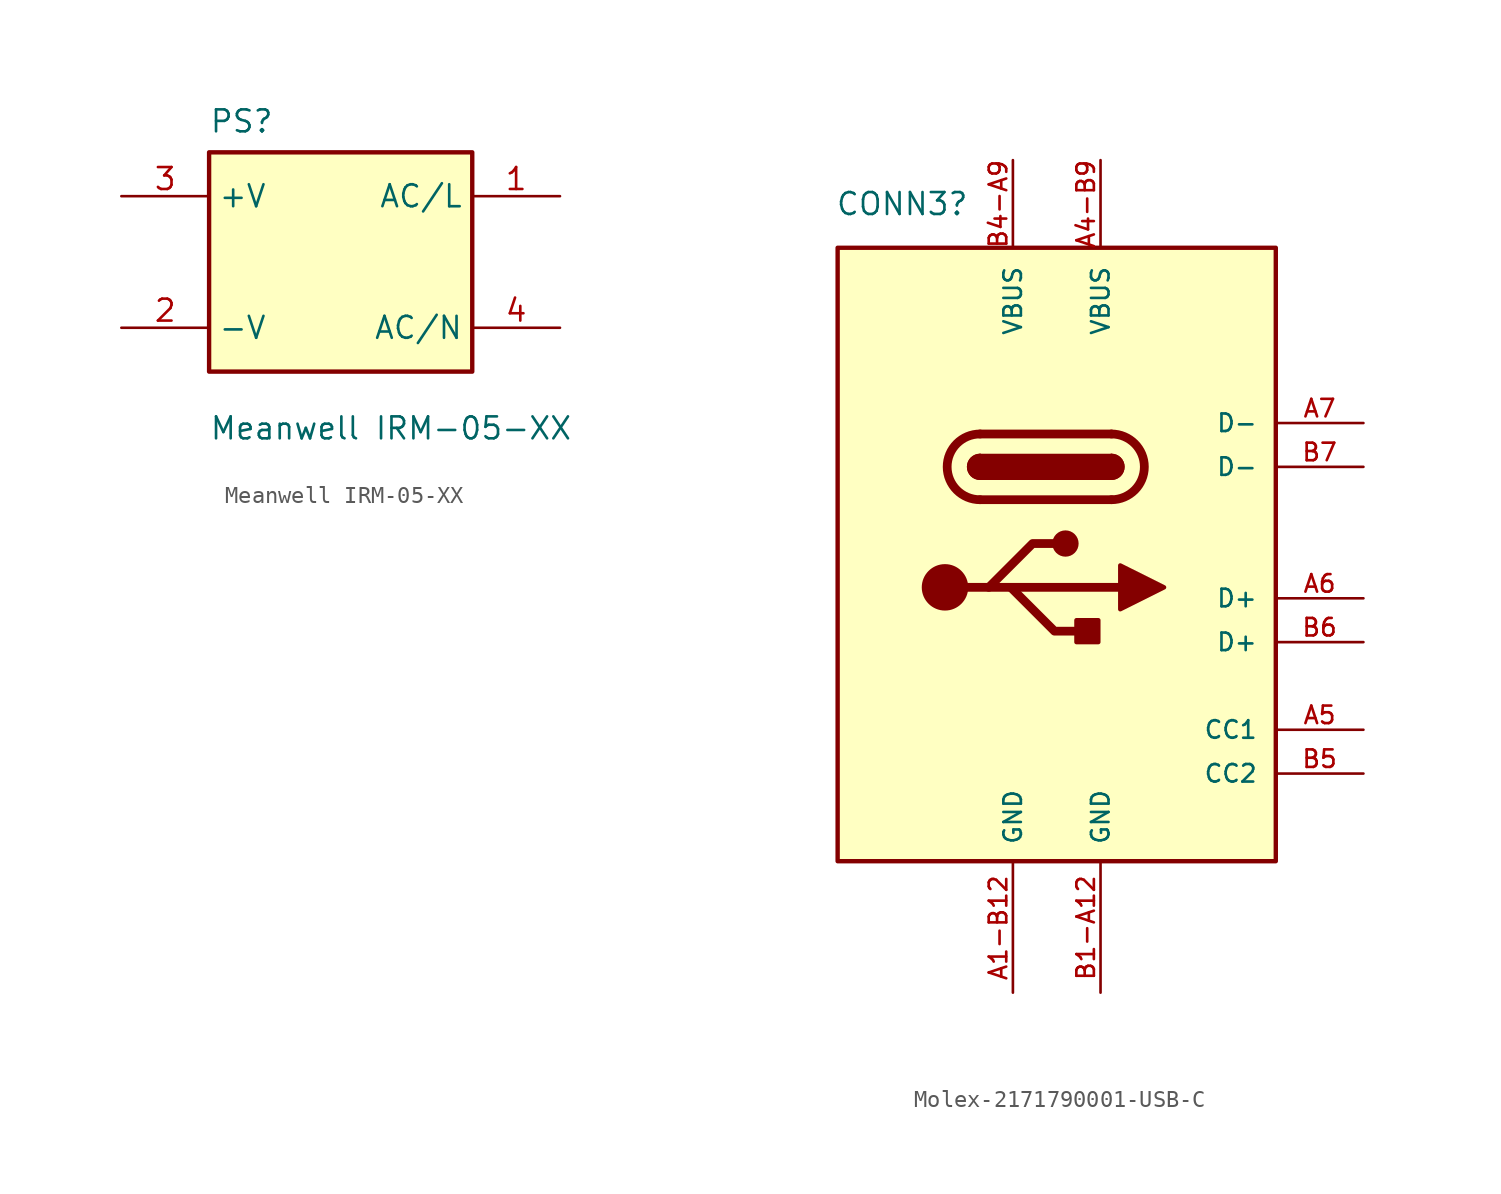
<source format=kicad_sym>
(kicad_symbol_lib
  (version 20231120)
  (generator "kicad_symbol_editor")
  (generator_version "8.0")
  (symbol "Meanwell IRM-05-XX"
    (property "Reference" "PS"
      (at -7.62 10.16 0)
      (effects (font (size 1.27 1.27)) (justify left top)))
    (property "Value" "Meanwell IRM-05-XX"
      (at -7.62 -7.62 0)
      (effects (font (size 1.27 1.27)) (justify left top)))
    (symbol "Meanwell IRM-05-XX_1_1"
      (rectangle (start -7.62 7.62) (end 7.62 -5.08) (stroke (width 0.254) (type default)) (fill (type background)))
      (pin power_in line (at 12.7 5.08 180) (length 5.08) (name "AC/L" (effects (font (size 1.27 1.27)))) (number "1" (effects (font (size 1.27 1.27)))))
      (pin power_out line (at -12.7 -2.54 0) (length 5.08) (name "-V" (effects (font (size 1.27 1.27)))) (number "2" (effects (font (size 1.27 1.27)))))
      (pin power_out line (at -12.7 5.08 0) (length 5.08) (name "+V" (effects (font (size 1.27 1.27)))) (number "3" (effects (font (size 1.27 1.27)))))
      (pin power_in line (at 12.7 -2.54 180) (length 5.08) (name "AC/N" (effects (font (size 1.27 1.27)))) (number "4" (effects (font (size 1.27 1.27)))))))
  (symbol "Molex-2171790001-USB-C"
    (pin_names
      (offset 1.016))
    (property "Reference" "CONN3"
      (at -5.08 20.32 0)
      (effects (font (size 1.27 1.27)) (justify right)))
    (symbol "Molex-2171790001-USB-C_0_0"
      (rectangle (start -12.7 17.78) (end 12.7 -17.78) (stroke (width 0.254) (type default)) (fill (type background)))
      (pin power_in line (at -2.54 -25.4 90) (length 7.52) (name "GND" (effects (font (size 1.016 1.016)))) (number "A1-B12" (effects (font (size 1.016 1.016)))))
      (pin bidirectional line (at 17.78 -10.16 180) (length 5.08) (name "CC1" (effects (font (size 1.016 1.016)))) (number "A5" (effects (font (size 1.016 1.016)))))
      (pin bidirectional line (at 17.78 -2.54 180) (length 5.08) (name "D+" (effects (font (size 1.016 1.016)))) (number "A6" (effects (font (size 1.016 1.016)))))
      (pin bidirectional line (at 17.78 7.62 180) (length 5.08) (name "D-" (effects (font (size 1.016 1.016)))) (number "A7" (effects (font (size 1.016 1.016)))))
      (pin power_in line (at 2.54 -25.4 90) (length 7.52) (name "GND" (effects (font (size 1.016 1.016)))) (number "B1-A12" (effects (font (size 1.016 1.016)))))
      (pin bidirectional line (at 17.78 -12.7 180) (length 5.08) (name "CC2" (effects (font (size 1.016 1.016)))) (number "B5" (effects (font (size 1.016 1.016)))))
      (pin bidirectional line (at 17.78 -5.08 180) (length 5.08) (name "D+" (effects (font (size 1.016 1.016)))) (number "B6" (effects (font (size 1.016 1.016)))))
      (pin bidirectional line (at 17.78 5.08 180) (length 5.08) (name "D-" (effects (font (size 1.016 1.016)))) (number "B7" (effects (font (size 1.016 1.016))))))
    (symbol "Molex-2171790001-USB-C_0_1"
      (arc (start -4.445 5.715) (mid -5.0773 5.08) (end -4.445 4.445) (stroke (width 0.254) (type default)) (fill (type none)))
      (arc (start -4.445 5.715) (mid -5.0773 5.08) (end -4.445 4.445) (stroke (width 0.254) (type default)) (fill (type outline)))
      (rectangle (start -4.445 5.715) (end 3.175 4.445) (stroke (width 0.254) (type default)) (fill (type outline)))
      (arc (start -4.445 6.985) (mid -6.3417 5.08) (end -4.445 3.175) (stroke (width 0.508) (type default)) (fill (type none)))
      (polyline (pts (xy -4.445 6.985) (xy 3.175 6.985)) (stroke (width 0.508) (type default)) (fill (type none)))
      (polyline (pts (xy 3.175 3.175) (xy -4.445 3.175)) (stroke (width 0.508) (type default)) (fill (type none)))
      (arc (start 3.175 3.175) (mid 5.0717 5.08) (end 3.175 6.985) (stroke (width 0.508) (type default)) (fill (type none)))
      (arc (start 3.175 4.445) (mid 3.807 5.08) (end 3.175 5.715) (stroke (width 0.254) (type default)) (fill (type none)))
      (arc (start 3.175 4.445) (mid 3.807 5.08) (end 3.175 5.715) (stroke (width 0.254) (type default)) (fill (type outline))))
    (symbol "Molex-2171790001-USB-C_1_0"
      (pin passive line (at 2.54 22.86 270) (length 5.08) (name "VBUS" (effects (font (size 1.016 1.016)))) (number "A4-B9" (effects (font (size 1.016 1.016)))))
      (pin no_connect line (at -17.78 -7.62 0) (length 5.08) hide (name "SBU1" (effects (font (size 1.016 1.016)))) (number "A8" (effects (font (size 1.016 1.016)))))
      (pin power_out line (at -2.54 22.86 270) (length 5.08) (name "VBUS" (effects (font (size 1.016 1.016)))) (number "B4-A9" (effects (font (size 1.016 1.016)))))
      (pin no_connect line (at -17.78 -10.16 0) (length 5.08) hide (name "SBU2" (effects (font (size 1.016 1.016)))) (number "B8" (effects (font (size 1.016 1.016)))))
      (pin no_connect line (at -10.16 -25.4 90) (length 7.52) hide (name "Shield" (effects (font (size 1.016 1.016)))) (number "S1" (effects (font (size 1.016 1.016)))))
      (pin no_connect line (at -8.89 -25.4 90) (length 7.52) hide (name "Shield" (effects (font (size 1.016 1.016)))) (number "S2" (effects (font (size 1.016 1.016)))))
      (pin no_connect line (at -7.62 -25.4 90) (length 7.52) hide (name "Shield" (effects (font (size 1.016 1.016)))) (number "S3" (effects (font (size 1.016 1.016)))))
      (pin no_connect line (at -6.35 -25.4 90) (length 7.52) hide (name "Shield" (effects (font (size 1.016 1.016)))) (number "S4" (effects (font (size 1.016 1.016))))))
    (symbol "Molex-2171790001-USB-C_1_1"
      (circle (center -6.477 -1.905) (radius 1.27) (stroke (width 0) (type default)) (fill (type outline)))
      (polyline (pts (xy -6.477 -1.905) (xy 3.683 -1.905)) (stroke (width 0.508) (type default)) (fill (type none)))
      (polyline (pts (xy -3.937 -1.905) (xy -1.397 0.635) (xy -0.127 0.635)) (stroke (width 0.508) (type default)) (fill (type none)))
      (polyline (pts (xy -2.667 -1.905) (xy -0.127 -4.445) (xy 1.143 -4.445)) (stroke (width 0.508) (type default)) (fill (type none)))
      (polyline (pts (xy 3.683 -0.635) (xy 6.223 -1.905) (xy 3.683 -3.175) (xy 3.683 -0.635)) (stroke (width 0.254) (type default)) (fill (type outline)))
      (circle (center 0.508 0.635) (radius 0.635) (stroke (width 0.254) (type default)) (fill (type outline)))
      (rectangle (start 1.143 -3.81) (end 2.413 -5.08) (stroke (width 0.254) (type default)) (fill (type outline))))))
</source>
